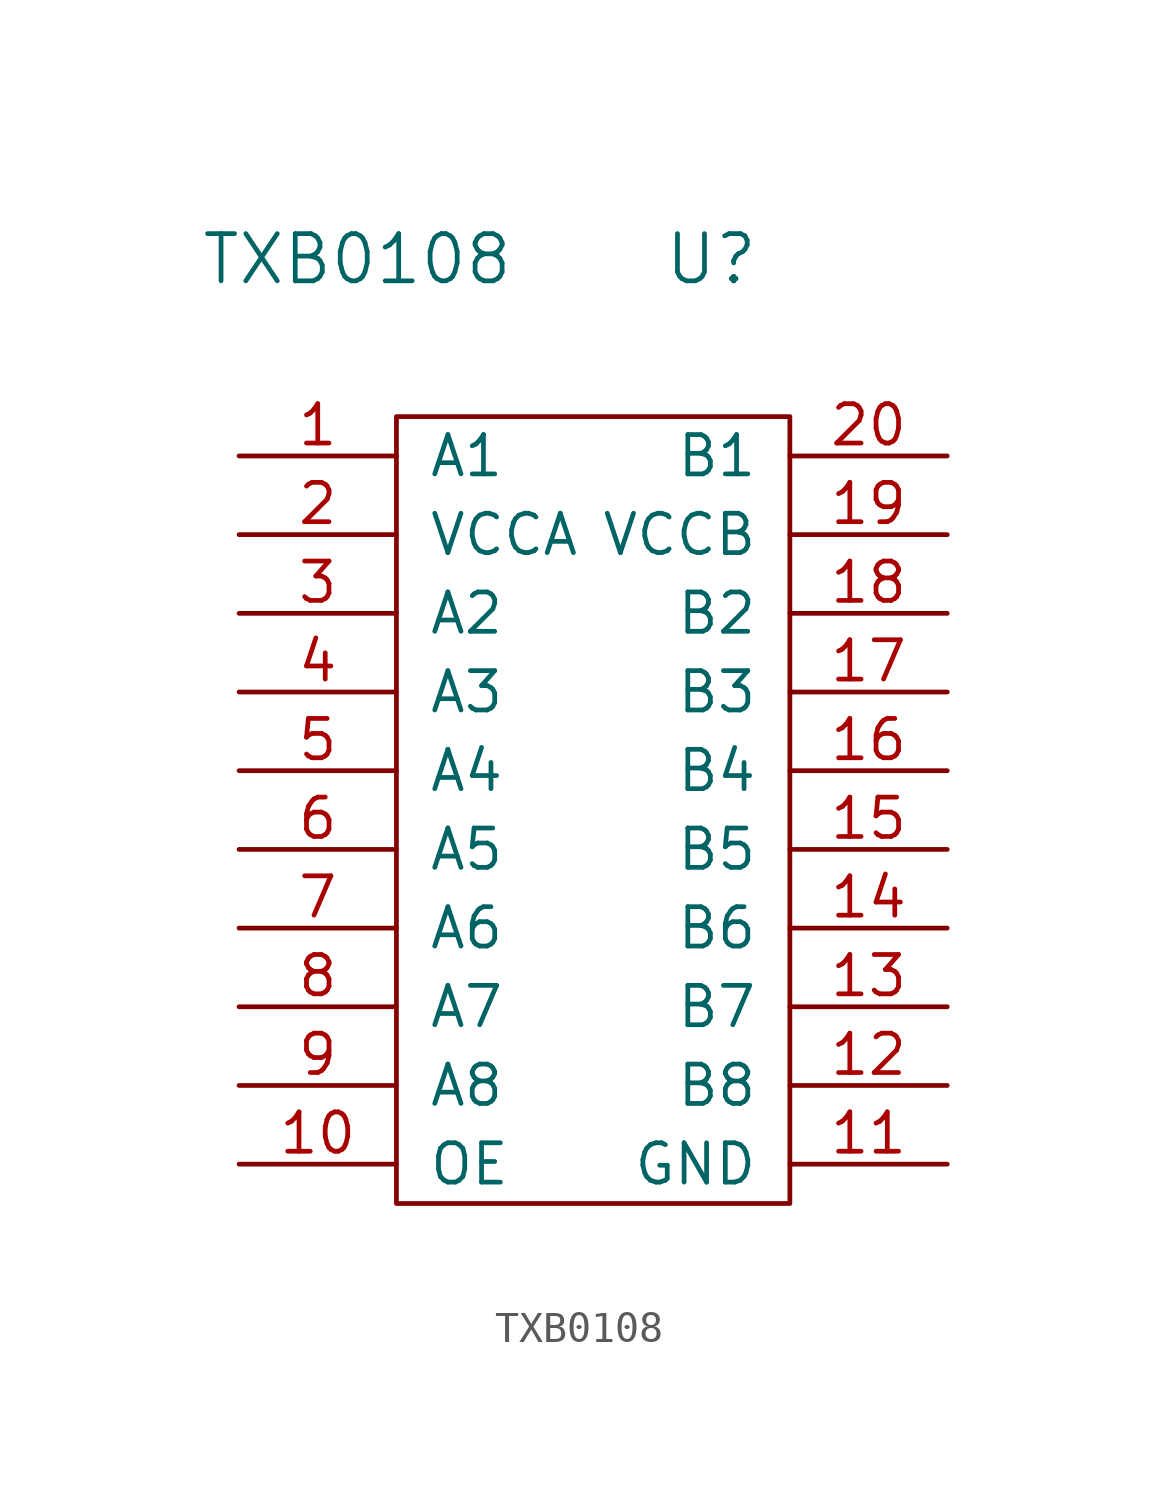
<source format=kicad_sym>
(kicad_symbol_lib
  (version 20211014)
  (generator kicad_symbol_editor)
  (symbol "TXB0108"
    (pin_names
      (offset 1.016))
    (property "Reference" "U"
      (at 3.81 17.78 0)
      (effects (font (size 1.524 1.524))))
    (property "Value" "TXB0108"
      (at -7.62 17.78 0)
      (effects (font (size 1.524 1.524))))
    (property "Footprint" ""
      (at -1.27 3.81 0)
      (effects (font (size 1.524 1.524))))
    (property "Datasheet" ""
      (at -1.27 3.81 0)
      (effects (font (size 1.524 1.524))))
    (symbol "TXB0108_0_1"
      (rectangle (start -6.35 12.7) (end 6.35 -12.7) (stroke (width 0) (type default) (color 0 0 0 0)) (fill (type none))))
    (symbol "TXB0108_1_1"
      (pin input line (at -11.43 11.43 0) (length 5.08) (name "A1" (effects (font (size 1.27 1.27)))) (number "1" (effects (font (size 1.27 1.27)))))
      (pin input line (at -11.43 -11.43 0) (length 5.08) (name "OE" (effects (font (size 1.27 1.27)))) (number "10" (effects (font (size 1.27 1.27)))))
      (pin input line (at 11.43 -11.43 180) (length 5.08) (name "GND" (effects (font (size 1.27 1.27)))) (number "11" (effects (font (size 1.27 1.27)))))
      (pin input line (at 11.43 -8.89 180) (length 5.08) (name "B8" (effects (font (size 1.27 1.27)))) (number "12" (effects (font (size 1.27 1.27)))))
      (pin input line (at 11.43 -6.35 180) (length 5.08) (name "B7" (effects (font (size 1.27 1.27)))) (number "13" (effects (font (size 1.27 1.27)))))
      (pin input line (at 11.43 -3.81 180) (length 5.08) (name "B6" (effects (font (size 1.27 1.27)))) (number "14" (effects (font (size 1.27 1.27)))))
      (pin input line (at 11.43 -1.27 180) (length 5.08) (name "B5" (effects (font (size 1.27 1.27)))) (number "15" (effects (font (size 1.27 1.27)))))
      (pin input line (at 11.43 1.27 180) (length 5.08) (name "B4" (effects (font (size 1.27 1.27)))) (number "16" (effects (font (size 1.27 1.27)))))
      (pin input line (at 11.43 3.81 180) (length 5.08) (name "B3" (effects (font (size 1.27 1.27)))) (number "17" (effects (font (size 1.27 1.27)))))
      (pin input line (at 11.43 6.35 180) (length 5.08) (name "B2" (effects (font (size 1.27 1.27)))) (number "18" (effects (font (size 1.27 1.27)))))
      (pin input line (at 11.43 8.89 180) (length 5.08) (name "VCCB" (effects (font (size 1.27 1.27)))) (number "19" (effects (font (size 1.27 1.27)))))
      (pin input line (at -11.43 8.89 0) (length 5.08) (name "VCCA" (effects (font (size 1.27 1.27)))) (number "2" (effects (font (size 1.27 1.27)))))
      (pin input line (at 11.43 11.43 180) (length 5.08) (name "B1" (effects (font (size 1.27 1.27)))) (number "20" (effects (font (size 1.27 1.27)))))
      (pin input line (at -11.43 6.35 0) (length 5.08) (name "A2" (effects (font (size 1.27 1.27)))) (number "3" (effects (font (size 1.27 1.27)))))
      (pin input line (at -11.43 3.81 0) (length 5.08) (name "A3" (effects (font (size 1.27 1.27)))) (number "4" (effects (font (size 1.27 1.27)))))
      (pin input line (at -11.43 1.27 0) (length 5.08) (name "A4" (effects (font (size 1.27 1.27)))) (number "5" (effects (font (size 1.27 1.27)))))
      (pin input line (at -11.43 -1.27 0) (length 5.08) (name "A5" (effects (font (size 1.27 1.27)))) (number "6" (effects (font (size 1.27 1.27)))))
      (pin input line (at -11.43 -3.81 0) (length 5.08) (name "A6" (effects (font (size 1.27 1.27)))) (number "7" (effects (font (size 1.27 1.27)))))
      (pin input line (at -11.43 -6.35 0) (length 5.08) (name "A7" (effects (font (size 1.27 1.27)))) (number "8" (effects (font (size 1.27 1.27)))))
      (pin input line (at -11.43 -8.89 0) (length 5.08) (name "A8" (effects (font (size 1.27 1.27)))) (number "9" (effects (font (size 1.27 1.27))))))))
</source>
